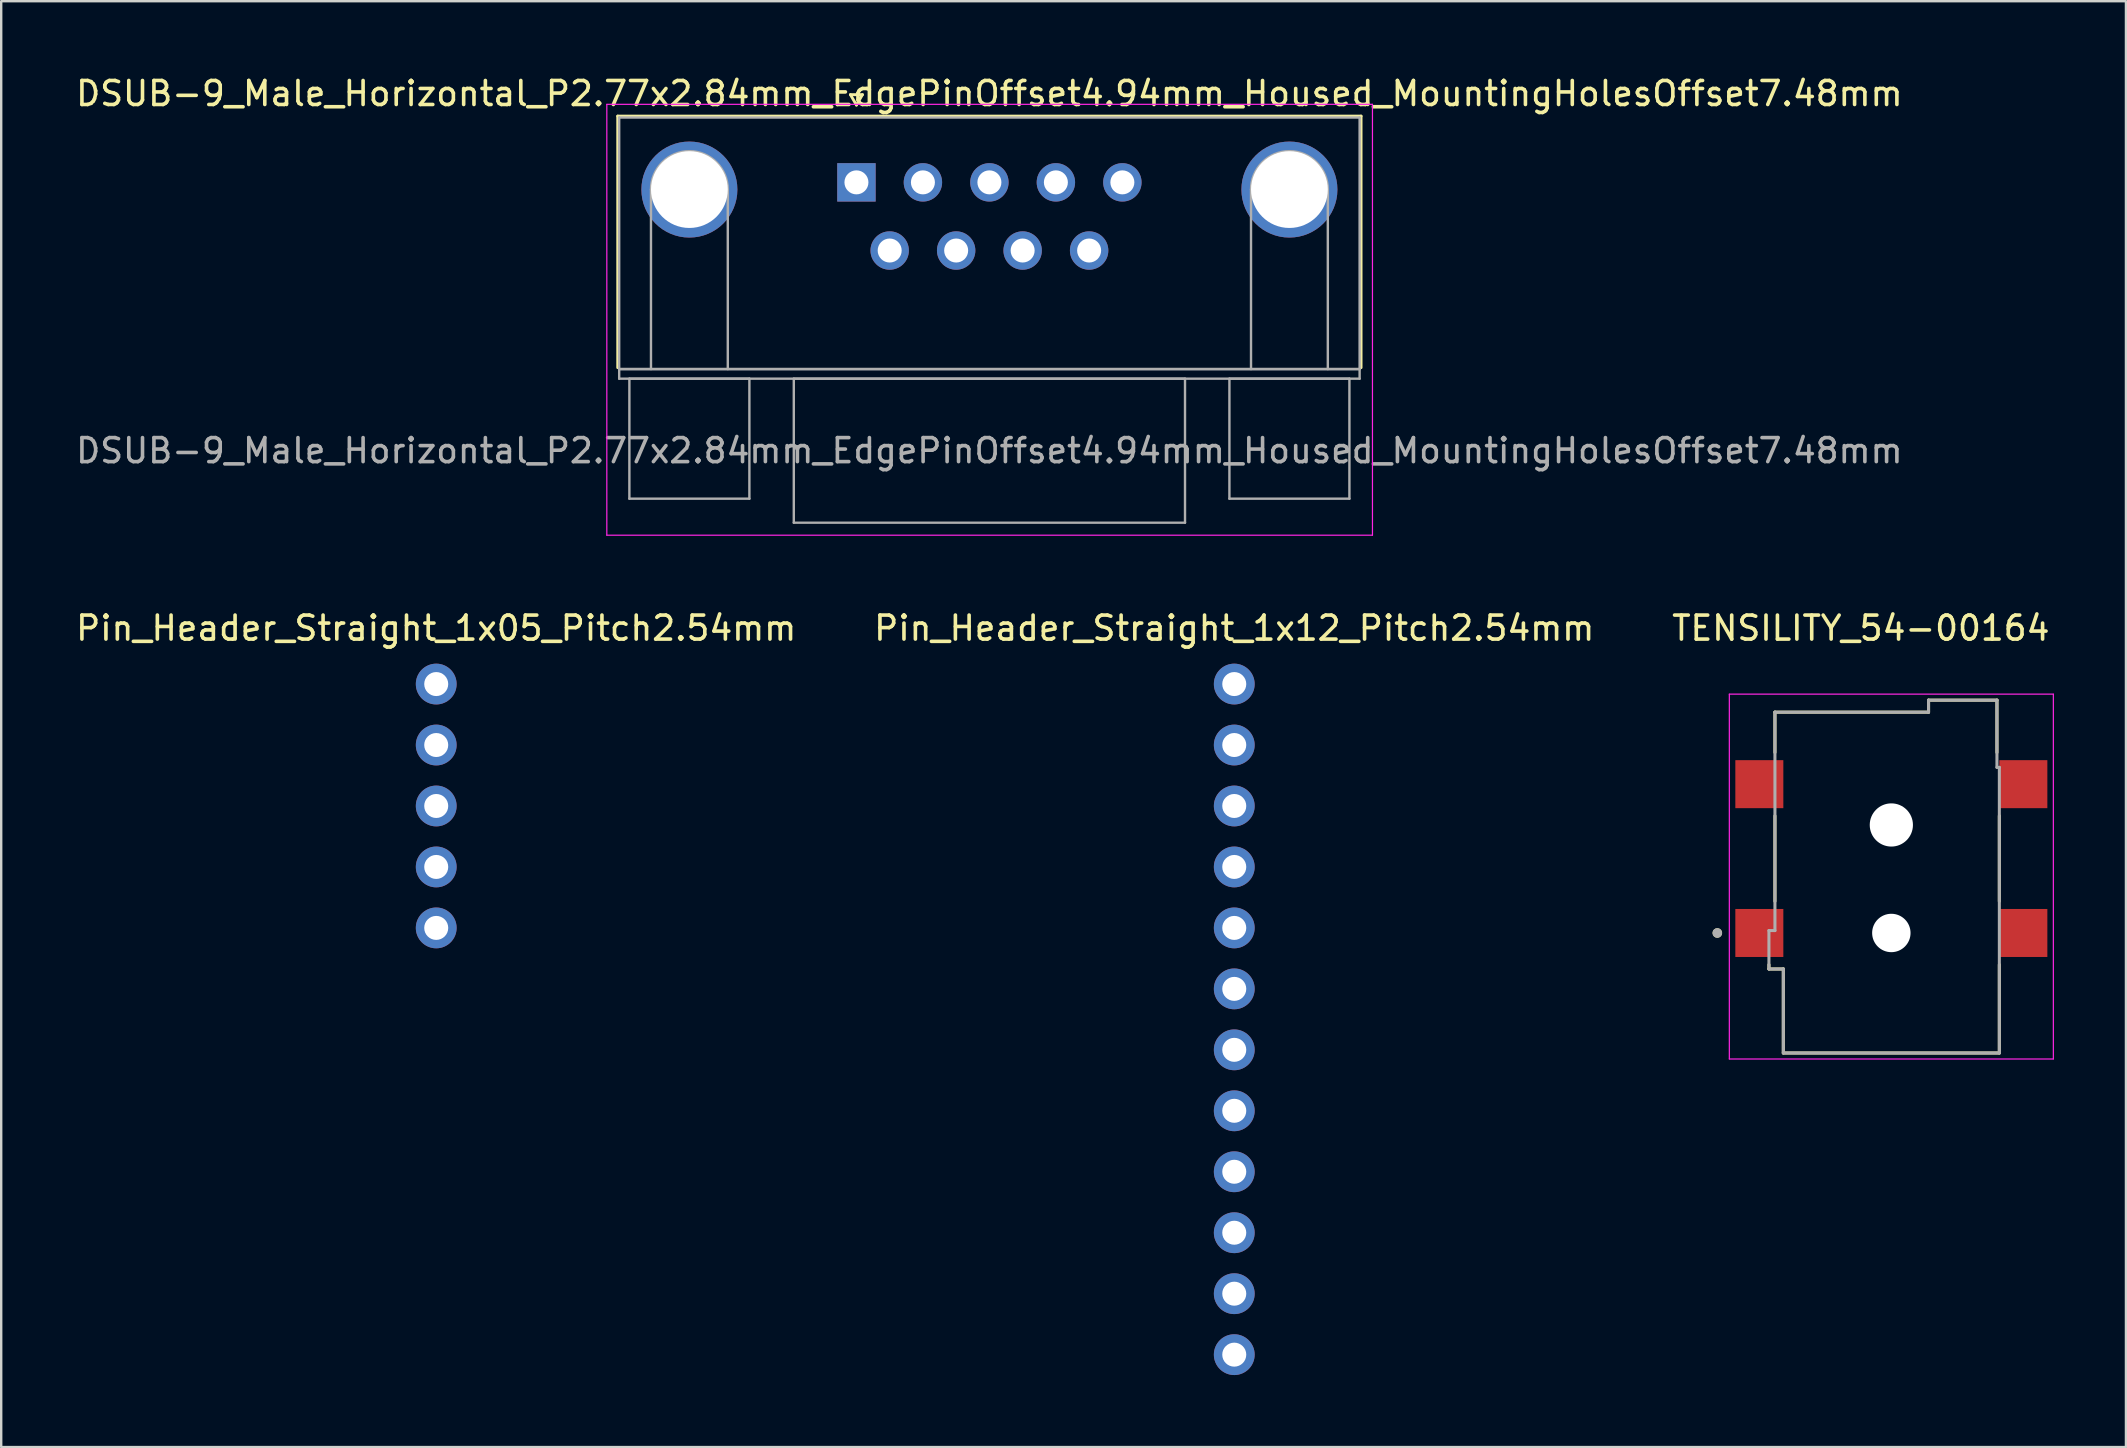
<source format=kicad_pcb>
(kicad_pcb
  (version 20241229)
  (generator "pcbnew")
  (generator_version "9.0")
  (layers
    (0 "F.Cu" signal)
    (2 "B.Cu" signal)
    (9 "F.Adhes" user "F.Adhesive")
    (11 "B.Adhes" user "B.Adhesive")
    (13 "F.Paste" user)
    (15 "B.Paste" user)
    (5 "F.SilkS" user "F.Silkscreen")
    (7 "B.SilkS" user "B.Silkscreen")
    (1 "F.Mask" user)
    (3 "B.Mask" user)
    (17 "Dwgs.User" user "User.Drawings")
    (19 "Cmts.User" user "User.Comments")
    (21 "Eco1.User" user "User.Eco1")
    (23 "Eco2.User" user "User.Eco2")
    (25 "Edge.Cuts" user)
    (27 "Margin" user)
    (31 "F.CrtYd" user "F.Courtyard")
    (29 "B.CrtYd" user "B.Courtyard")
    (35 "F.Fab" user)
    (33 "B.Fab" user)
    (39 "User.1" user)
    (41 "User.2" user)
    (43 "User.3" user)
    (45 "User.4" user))
  (footprint "Pin_Header_Straight_1x12_Pitch2.54mm"
    (layer "F.Cu")
    (at 48.375 25.451)
    (property "Reference" "Pin_Header_Straight_1x12_Pitch2.54mm" (at 0 -2.33 0) (layer "F.SilkS") (effects (font (size 1 1) (thickness 0.15))))
    (attr through_hole)
    (pad "1" thru_hole circle (at 0 0) (size 1.7 1.7) (drill 1) (layers "*.Cu" "*.Mask"))
    (pad "2" thru_hole oval (at 0 2.54) (size 1.7 1.7) (drill 1) (layers "*.Cu" "*.Mask"))
    (pad "3" thru_hole oval (at 0 5.08) (size 1.7 1.7) (drill 1) (layers "*.Cu" "*.Mask"))
    (pad "4" thru_hole oval (at 0 7.62) (size 1.7 1.7) (drill 1) (layers "*.Cu" "*.Mask"))
    (pad "5" thru_hole oval (at 0 10.16) (size 1.7 1.7) (drill 1) (layers "*.Cu" "*.Mask"))
    (pad "6" thru_hole oval (at 0 12.7) (size 1.7 1.7) (drill 1) (layers "*.Cu" "*.Mask"))
    (pad "7" thru_hole oval (at 0 15.24) (size 1.7 1.7) (drill 1) (layers "*.Cu" "*.Mask"))
    (pad "8" thru_hole oval (at 0 17.78) (size 1.7 1.7) (drill 1) (layers "*.Cu" "*.Mask"))
    (pad "9" thru_hole oval (at 0 20.32) (size 1.7 1.7) (drill 1) (layers "*.Cu" "*.Mask"))
    (pad "10" thru_hole oval (at 0 22.86) (size 1.7 1.7) (drill 1) (layers "*.Cu" "*.Mask"))
    (pad "11" thru_hole oval (at 0 25.4) (size 1.7 1.7) (drill 1) (layers "*.Cu" "*.Mask"))
    (pad "12" thru_hole oval (at 0 27.94) (size 1.7 1.7) (drill 1) (layers "*.Cu" "*.Mask")))
  (footprint "DSUB-9_Male_Horizontal_P2.77x2.84mm_EdgePinOffset4.94mm_Housed_MountingHolesOffset7.48mm"
    (layer "F.Cu")
    (at 32.633 4.548)
    (property "Reference" "DSUB-9_Male_Horizontal_P2.77x2.84mm_EdgePinOffset4.94mm_Housed_MountingHolesOffset7.48mm" (at 5.54 -3.7 0) (layer "F.SilkS") (effects (font (size 1 1) (thickness 0.15))))
    (attr through_hole)
    (fp_line (start -9.945 -2.76) (end 21.025 -2.76) (stroke (width 0.12) (type solid)) (layer "F.SilkS"))
    (fp_line (start -9.945 7.72) (end -9.945 -2.76) (stroke (width 0.12) (type solid)) (layer "F.SilkS"))
    (fp_line (start -0.25 -3.654) (end 0.25 -3.654) (stroke (width 0.12) (type solid)) (layer "F.SilkS"))
    (fp_line (start 0 -3.221) (end -0.25 -3.654) (stroke (width 0.12) (type solid)) (layer "F.SilkS"))
    (fp_line (start 0.25 -3.654) (end 0 -3.221) (stroke (width 0.12) (type solid)) (layer "F.SilkS"))
    (fp_line (start 21.025 -2.76) (end 21.025 7.72) (stroke (width 0.12) (type solid)) (layer "F.SilkS"))
    (fp_line (start -10.4 -3.25) (end -10.4 14.7) (stroke (width 0.05) (type solid)) (layer "F.CrtYd"))
    (fp_line (start -10.4 14.7) (end 21.5 14.7) (stroke (width 0.05) (type solid)) (layer "F.CrtYd"))
    (fp_line (start 21.5 -3.25) (end -10.4 -3.25) (stroke (width 0.05) (type solid)) (layer "F.CrtYd"))
    (fp_line (start 21.5 14.7) (end 21.5 -3.25) (stroke (width 0.05) (type solid)) (layer "F.CrtYd"))
    (fp_line (start -9.885 -2.7) (end -9.885 7.78) (stroke (width 0.1) (type solid)) (layer "F.Fab"))
    (fp_line (start -9.885 7.78) (end -9.885 8.18) (stroke (width 0.1) (type solid)) (layer "F.Fab"))
    (fp_line (start -9.885 7.78) (end 20.965 7.78) (stroke (width 0.1) (type solid)) (layer "F.Fab"))
    (fp_line (start -9.885 8.18) (end 20.965 8.18) (stroke (width 0.1) (type solid)) (layer "F.Fab"))
    (fp_line (start -9.46 8.18) (end -9.46 13.18) (stroke (width 0.1) (type solid)) (layer "F.Fab"))
    (fp_line (start -9.46 13.18) (end -4.46 13.18) (stroke (width 0.1) (type solid)) (layer "F.Fab"))
    (fp_line (start -8.56 7.78) (end -8.56 0.3) (stroke (width 0.1) (type solid)) (layer "F.Fab"))
    (fp_line (start -5.36 7.78) (end -5.36 0.3) (stroke (width 0.1) (type solid)) (layer "F.Fab"))
    (fp_line (start -4.46 8.18) (end -9.46 8.18) (stroke (width 0.1) (type solid)) (layer "F.Fab"))
    (fp_line (start -4.46 13.18) (end -4.46 8.18) (stroke (width 0.1) (type solid)) (layer "F.Fab"))
    (fp_line (start -2.61 8.18) (end -2.61 14.18) (stroke (width 0.1) (type solid)) (layer "F.Fab"))
    (fp_line (start -2.61 14.18) (end 13.69 14.18) (stroke (width 0.1) (type solid)) (layer "F.Fab"))
    (fp_line (start 13.69 8.18) (end -2.61 8.18) (stroke (width 0.1) (type solid)) (layer "F.Fab"))
    (fp_line (start 13.69 14.18) (end 13.69 8.18) (stroke (width 0.1) (type solid)) (layer "F.Fab"))
    (fp_line (start 15.54 8.18) (end 15.54 13.18) (stroke (width 0.1) (type solid)) (layer "F.Fab"))
    (fp_line (start 15.54 13.18) (end 20.54 13.18) (stroke (width 0.1) (type solid)) (layer "F.Fab"))
    (fp_line (start 16.44 7.78) (end 16.44 0.3) (stroke (width 0.1) (type solid)) (layer "F.Fab"))
    (fp_line (start 19.64 7.78) (end 19.64 0.3) (stroke (width 0.1) (type solid)) (layer "F.Fab"))
    (fp_line (start 20.54 8.18) (end 15.54 8.18) (stroke (width 0.1) (type solid)) (layer "F.Fab"))
    (fp_line (start 20.54 13.18) (end 20.54 8.18) (stroke (width 0.1) (type solid)) (layer "F.Fab"))
    (fp_line (start 20.965 -2.7) (end -9.885 -2.7) (stroke (width 0.1) (type solid)) (layer "F.Fab"))
    (fp_line (start 20.965 7.78) (end -9.885 7.78) (stroke (width 0.1) (type solid)) (layer "F.Fab"))
    (fp_line (start 20.965 7.78) (end 20.965 -2.7) (stroke (width 0.1) (type solid)) (layer "F.Fab"))
    (fp_line (start 20.965 8.18) (end 20.965 7.78) (stroke (width 0.1) (type solid)) (layer "F.Fab"))
    (fp_arc (start -8.56 0.3) (mid -6.96 -1.3) (end -5.36 0.3) (stroke (width 0.1) (type solid)) (layer "F.Fab"))
    (fp_arc (start 16.44 0.3) (mid 18.04 -1.3) (end 19.64 0.3) (stroke (width 0.1) (type solid)) (layer "F.Fab"))
    (fp_text user "${REFERENCE}" (at 5.54 11.18 0) (layer "F.Fab") (effects (font (size 1 1) (thickness 0.15))))
    (pad "0" thru_hole circle (at -6.96 0.3) (size 4 4) (drill 3.2) (layers "*.Cu" "*.Mask"))
    (pad "0" thru_hole circle (at 18.04 0.3) (size 4 4) (drill 3.2) (layers "*.Cu" "*.Mask"))
    (pad "1" thru_hole rect (at 0 0) (size 1.6 1.6) (drill 1) (layers "*.Cu" "*.Mask"))
    (pad "2" thru_hole circle (at 2.77 0) (size 1.6 1.6) (drill 1) (layers "*.Cu" "*.Mask"))
    (pad "3" thru_hole circle (at 5.54 0) (size 1.6 1.6) (drill 1) (layers "*.Cu" "*.Mask"))
    (pad "4" thru_hole circle (at 8.31 0) (size 1.6 1.6) (drill 1) (layers "*.Cu" "*.Mask"))
    (pad "5" thru_hole circle (at 11.08 0) (size 1.6 1.6) (drill 1) (layers "*.Cu" "*.Mask"))
    (pad "6" thru_hole circle (at 1.385 2.84) (size 1.6 1.6) (drill 1) (layers "*.Cu" "*.Mask"))
    (pad "7" thru_hole circle (at 4.155 2.84) (size 1.6 1.6) (drill 1) (layers "*.Cu" "*.Mask"))
    (pad "8" thru_hole circle (at 6.925 2.84) (size 1.6 1.6) (drill 1) (layers "*.Cu" "*.Mask"))
    (pad "9" thru_hole circle (at 9.695 2.84) (size 1.6 1.6) (drill 1) (layers "*.Cu" "*.Mask")))
  (footprint "Pin_Header_Straight_1x05_Pitch2.54mm"
    (layer "F.Cu")
    (at 15.125 25.451)
    (property "Reference" "Pin_Header_Straight_1x05_Pitch2.54mm" (at 0 -2.33 0) (layer "F.SilkS") (effects (font (size 1 1) (thickness 0.15))))
    (attr through_hole)
    (pad "1" thru_hole circle (at 0 0) (size 1.7 1.7) (drill 1) (layers "*.Cu" "*.Mask"))
    (pad "2" thru_hole oval (at 0 2.54) (size 1.7 1.7) (drill 1) (layers "*.Cu" "*.Mask"))
    (pad "3" thru_hole oval (at 0 5.08) (size 1.7 1.7) (drill 1) (layers "*.Cu" "*.Mask"))
    (pad "4" thru_hole oval (at 0 7.62) (size 1.7 1.7) (drill 1) (layers "*.Cu" "*.Mask"))
    (pad "5" thru_hole oval (at 0 10.16) (size 1.7 1.7) (drill 1) (layers "*.Cu" "*.Mask")))
  (footprint "TENSILITY_54-00164"
    (layer "F.Cu")
    (at 75.752 33.572)
    (property "Reference" "TENSILITY_54-00164" (at -1.27 -10.45 0) (layer "F.SilkS") (effects (font (size 1 1) (thickness 0.15))))
    (attr smd)
    (fp_line (start -5.1 3.75) (end -5.1 3.57) (stroke (width 0.127) (type solid)) (layer "F.SilkS"))
    (fp_line (start -5.1 3.75) (end -4.5 3.75) (stroke (width 0.127) (type solid)) (layer "F.SilkS"))
    (fp_line (start -4.85 -6.95) (end 1.55 -6.95) (stroke (width 0.127) (type solid)) (layer "F.SilkS"))
    (fp_line (start -4.85 -5.27) (end -4.85 -6.95) (stroke (width 0.127) (type solid)) (layer "F.SilkS"))
    (fp_line (start -4.85 -2.63) (end -4.85 0.93) (stroke (width 0.127) (type solid)) (layer "F.SilkS"))
    (fp_line (start -4.5 7.25) (end -4.5 3.75) (stroke (width 0.127) (type solid)) (layer "F.SilkS"))
    (fp_line (start -4.5 7.25) (end 4.5 7.25) (stroke (width 0.127) (type solid)) (layer "F.SilkS"))
    (fp_line (start 1.55 -7.45) (end 1.55 -6.95) (stroke (width 0.127) (type solid)) (layer "F.SilkS"))
    (fp_line (start 1.55 -7.45) (end 4.4 -7.45) (stroke (width 0.127) (type solid)) (layer "F.SilkS"))
    (fp_line (start 4.4 -7.45) (end 4.4 -5.27) (stroke (width 0.127) (type solid)) (layer "F.SilkS"))
    (fp_line (start 4.5 -2.63) (end 4.5 0.93) (stroke (width 0.127) (type solid)) (layer "F.SilkS"))
    (fp_line (start 4.5 7.25) (end 4.5 3.57) (stroke (width 0.127) (type solid)) (layer "F.SilkS"))
    (fp_circle (center -7.25 2.25) (end -7.15 2.25) (stroke (width 0.2) (type solid)) (fill no) (layer "F.SilkS"))
    (fp_line (start -6.75 -7.7) (end -6.75 7.5) (stroke (width 0.05) (type solid)) (layer "F.CrtYd"))
    (fp_line (start -6.75 7.5) (end 6.75 7.5) (stroke (width 0.05) (type solid)) (layer "F.CrtYd"))
    (fp_line (start 6.75 -7.7) (end -6.75 -7.7) (stroke (width 0.05) (type solid)) (layer "F.CrtYd"))
    (fp_line (start 6.75 7.5) (end 6.75 -7.7) (stroke (width 0.05) (type solid)) (layer "F.CrtYd"))
    (fp_line (start -5.1 2.15) (end -5.1 3.75) (stroke (width 0.127) (type solid)) (layer "F.Fab"))
    (fp_line (start -5.1 2.15) (end -4.85 2.15) (stroke (width 0.127) (type solid)) (layer "F.Fab"))
    (fp_line (start -5.1 3.75) (end -4.5 3.75) (stroke (width 0.127) (type solid)) (layer "F.Fab"))
    (fp_line (start -4.85 -6.95) (end 1.55 -6.95) (stroke (width 0.127) (type solid)) (layer "F.Fab"))
    (fp_line (start -4.85 2.15) (end -4.85 -6.95) (stroke (width 0.127) (type solid)) (layer "F.Fab"))
    (fp_line (start -4.5 7.25) (end -4.5 3.75) (stroke (width 0.127) (type solid)) (layer "F.Fab"))
    (fp_line (start -4.5 7.25) (end 4.5 7.25) (stroke (width 0.127) (type solid)) (layer "F.Fab"))
    (fp_line (start 1.55 -7.45) (end 1.55 -6.95) (stroke (width 0.127) (type solid)) (layer "F.Fab"))
    (fp_line (start 1.55 -7.45) (end 4.4 -7.45) (stroke (width 0.127) (type solid)) (layer "F.Fab"))
    (fp_line (start 4.4 -7.45) (end 4.4 -4.65) (stroke (width 0.127) (type solid)) (layer "F.Fab"))
    (fp_line (start 4.4 -4.65) (end 4.5 -4.65) (stroke (width 0.127) (type solid)) (layer "F.Fab"))
    (fp_line (start 4.5 7.25) (end 4.5 -4.65) (stroke (width 0.127) (type solid)) (layer "F.Fab"))
    (fp_circle (center -7.25 2.25) (end -7.15 2.25) (stroke (width 0.2) (type solid)) (fill no) (layer "F.Fab"))
    (pad "" np_thru_hole circle (at 0 -2.25) (size 1.8 1.8) (drill 1.8) (layers "*.Cu" "*.Mask"))
    (pad "" np_thru_hole circle (at 0 2.25) (size 1.6 1.6) (drill 1.6) (layers "*.Cu" "*.Mask"))
    (pad "A1" smd rect (at -5.5 2.25) (size 2 2) (layers "F.Cu" "F.Mask" "F.Paste"))
    (pad "A2" smd rect (at -5.5 -3.95) (size 2 2) (layers "F.Cu" "F.Mask" "F.Paste"))
    (pad "B" smd rect (at 5.5 2.25) (size 2 2) (layers "F.Cu" "F.Mask" "F.Paste"))
    (pad "C" smd rect (at 5.5 -3.95) (size 2 2) (layers "F.Cu" "F.Mask" "F.Paste")))
  (gr_rect
    (start -3 -3)
    (end 85.527 57.242)
    (stroke (width 0.1) (type default))
    (fill no)
    (layer "Edge.Cuts")))
</source>
